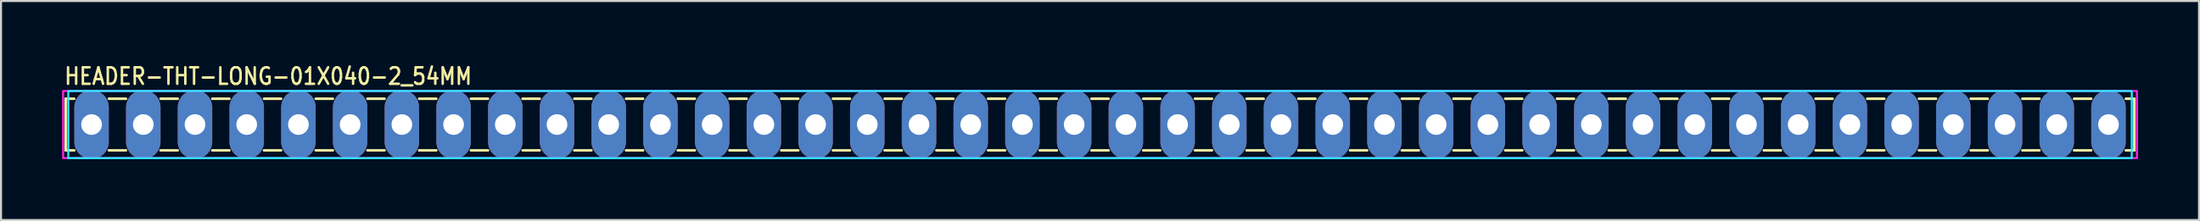
<source format=kicad_pcb>
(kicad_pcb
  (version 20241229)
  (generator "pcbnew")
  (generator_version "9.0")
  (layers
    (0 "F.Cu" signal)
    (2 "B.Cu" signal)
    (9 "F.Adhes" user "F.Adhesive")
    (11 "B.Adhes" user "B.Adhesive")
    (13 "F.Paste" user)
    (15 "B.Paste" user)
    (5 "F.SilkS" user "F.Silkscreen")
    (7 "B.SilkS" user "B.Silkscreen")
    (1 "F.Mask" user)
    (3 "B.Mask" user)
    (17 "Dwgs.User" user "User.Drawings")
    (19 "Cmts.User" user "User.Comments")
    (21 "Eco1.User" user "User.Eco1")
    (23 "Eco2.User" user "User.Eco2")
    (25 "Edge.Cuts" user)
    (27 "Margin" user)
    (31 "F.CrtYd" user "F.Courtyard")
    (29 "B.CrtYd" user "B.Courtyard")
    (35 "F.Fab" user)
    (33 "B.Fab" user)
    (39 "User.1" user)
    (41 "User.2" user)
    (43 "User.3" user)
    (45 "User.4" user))
  (footprint "HEADER-THT-LONG-01X040-2_54MM"
    (layer "F.Cu")
    (at 1.447 3.079)
    (property "Reference" "HEADER-THT-LONG-01X040-2_54MM" (at -1.4 -1.9 0) (unlocked yes) (layer "F.SilkS") (effects (font (size 0.813 0.695) (thickness 0.122)) (justify left bottom)))
    (fp_line (start -1.27 -1.27) (end -1.27 1.27) (stroke (width 0.127) (type solid)) (layer "F.SilkS"))
    (fp_line (start -1.27 1.27) (end -0.85 1.27) (stroke (width 0.127) (type solid)) (layer "F.SilkS"))
    (fp_line (start -0.85 -1.27) (end -1.27 -1.27) (stroke (width 0.127) (type solid)) (layer "F.SilkS"))
    (fp_line (start 0.85 -1.27) (end 1.69 -1.27) (stroke (width 0.127) (type solid)) (layer "F.SilkS"))
    (fp_line (start 0.85 1.27) (end 1.69 1.27) (stroke (width 0.127) (type solid)) (layer "F.SilkS"))
    (fp_line (start 3.39 -1.27) (end 4.23 -1.27) (stroke (width 0.127) (type solid)) (layer "F.SilkS"))
    (fp_line (start 3.39 1.27) (end 4.23 1.27) (stroke (width 0.127) (type solid)) (layer "F.SilkS"))
    (fp_line (start 5.93 -1.27) (end 6.77 -1.27) (stroke (width 0.127) (type solid)) (layer "F.SilkS"))
    (fp_line (start 5.93 1.27) (end 6.77 1.27) (stroke (width 0.127) (type solid)) (layer "F.SilkS"))
    (fp_line (start 8.47 -1.27) (end 9.31 -1.27) (stroke (width 0.127) (type solid)) (layer "F.SilkS"))
    (fp_line (start 8.47 1.27) (end 9.31 1.27) (stroke (width 0.127) (type solid)) (layer "F.SilkS"))
    (fp_line (start 11.01 -1.27) (end 11.85 -1.27) (stroke (width 0.127) (type solid)) (layer "F.SilkS"))
    (fp_line (start 11.01 1.27) (end 11.85 1.27) (stroke (width 0.127) (type solid)) (layer "F.SilkS"))
    (fp_line (start 13.55 -1.27) (end 14.39 -1.27) (stroke (width 0.127) (type solid)) (layer "F.SilkS"))
    (fp_line (start 13.55 1.27) (end 14.39 1.27) (stroke (width 0.127) (type solid)) (layer "F.SilkS"))
    (fp_line (start 16.09 -1.27) (end 16.93 -1.27) (stroke (width 0.127) (type solid)) (layer "F.SilkS"))
    (fp_line (start 16.09 1.27) (end 16.93 1.27) (stroke (width 0.127) (type solid)) (layer "F.SilkS"))
    (fp_line (start 18.63 -1.27) (end 19.47 -1.27) (stroke (width 0.127) (type solid)) (layer "F.SilkS"))
    (fp_line (start 18.63 1.27) (end 19.47 1.27) (stroke (width 0.127) (type solid)) (layer "F.SilkS"))
    (fp_line (start 21.17 -1.27) (end 22.01 -1.27) (stroke (width 0.127) (type solid)) (layer "F.SilkS"))
    (fp_line (start 21.17 1.27) (end 22.01 1.27) (stroke (width 0.127) (type solid)) (layer "F.SilkS"))
    (fp_line (start 23.71 -1.27) (end 24.55 -1.27) (stroke (width 0.127) (type solid)) (layer "F.SilkS"))
    (fp_line (start 23.71 1.27) (end 24.55 1.27) (stroke (width 0.127) (type solid)) (layer "F.SilkS"))
    (fp_line (start 26.25 -1.27) (end 27.09 -1.27) (stroke (width 0.127) (type solid)) (layer "F.SilkS"))
    (fp_line (start 26.25 1.27) (end 27.09 1.27) (stroke (width 0.127) (type solid)) (layer "F.SilkS"))
    (fp_line (start 28.79 -1.27) (end 29.63 -1.27) (stroke (width 0.127) (type solid)) (layer "F.SilkS"))
    (fp_line (start 28.79 1.27) (end 29.63 1.27) (stroke (width 0.127) (type solid)) (layer "F.SilkS"))
    (fp_line (start 31.33 -1.27) (end 32.17 -1.27) (stroke (width 0.127) (type solid)) (layer "F.SilkS"))
    (fp_line (start 31.33 1.27) (end 32.17 1.27) (stroke (width 0.127) (type solid)) (layer "F.SilkS"))
    (fp_line (start 33.87 -1.27) (end 34.71 -1.27) (stroke (width 0.127) (type solid)) (layer "F.SilkS"))
    (fp_line (start 33.87 1.27) (end 34.71 1.27) (stroke (width 0.127) (type solid)) (layer "F.SilkS"))
    (fp_line (start 36.41 -1.27) (end 37.25 -1.27) (stroke (width 0.127) (type solid)) (layer "F.SilkS"))
    (fp_line (start 36.41 1.27) (end 37.25 1.27) (stroke (width 0.127) (type solid)) (layer "F.SilkS"))
    (fp_line (start 38.95 -1.27) (end 39.79 -1.27) (stroke (width 0.127) (type solid)) (layer "F.SilkS"))
    (fp_line (start 38.95 1.27) (end 39.79 1.27) (stroke (width 0.127) (type solid)) (layer "F.SilkS"))
    (fp_line (start 41.49 -1.27) (end 42.33 -1.27) (stroke (width 0.127) (type solid)) (layer "F.SilkS"))
    (fp_line (start 41.49 1.27) (end 42.33 1.27) (stroke (width 0.127) (type solid)) (layer "F.SilkS"))
    (fp_line (start 44.03 -1.27) (end 44.87 -1.27) (stroke (width 0.127) (type solid)) (layer "F.SilkS"))
    (fp_line (start 44.03 1.27) (end 44.87 1.27) (stroke (width 0.127) (type solid)) (layer "F.SilkS"))
    (fp_line (start 46.57 -1.27) (end 47.41 -1.27) (stroke (width 0.127) (type solid)) (layer "F.SilkS"))
    (fp_line (start 46.57 1.27) (end 47.41 1.27) (stroke (width 0.127) (type solid)) (layer "F.SilkS"))
    (fp_line (start 49.11 -1.27) (end 49.95 -1.27) (stroke (width 0.127) (type solid)) (layer "F.SilkS"))
    (fp_line (start 49.11 1.27) (end 49.95 1.27) (stroke (width 0.127) (type solid)) (layer "F.SilkS"))
    (fp_line (start 51.65 -1.27) (end 52.49 -1.27) (stroke (width 0.127) (type solid)) (layer "F.SilkS"))
    (fp_line (start 51.65 1.27) (end 52.49 1.27) (stroke (width 0.127) (type solid)) (layer "F.SilkS"))
    (fp_line (start 54.19 -1.27) (end 55.03 -1.27) (stroke (width 0.127) (type solid)) (layer "F.SilkS"))
    (fp_line (start 54.19 1.27) (end 55.03 1.27) (stroke (width 0.127) (type solid)) (layer "F.SilkS"))
    (fp_line (start 56.73 -1.27) (end 57.57 -1.27) (stroke (width 0.127) (type solid)) (layer "F.SilkS"))
    (fp_line (start 56.73 1.27) (end 57.57 1.27) (stroke (width 0.127) (type solid)) (layer "F.SilkS"))
    (fp_line (start 59.27 -1.27) (end 60.11 -1.27) (stroke (width 0.127) (type solid)) (layer "F.SilkS"))
    (fp_line (start 59.27 1.27) (end 60.11 1.27) (stroke (width 0.127) (type solid)) (layer "F.SilkS"))
    (fp_line (start 61.81 -1.27) (end 62.65 -1.27) (stroke (width 0.127) (type solid)) (layer "F.SilkS"))
    (fp_line (start 61.81 1.27) (end 62.65 1.27) (stroke (width 0.127) (type solid)) (layer "F.SilkS"))
    (fp_line (start 64.35 -1.27) (end 65.19 -1.27) (stroke (width 0.127) (type solid)) (layer "F.SilkS"))
    (fp_line (start 64.35 1.27) (end 65.19 1.27) (stroke (width 0.127) (type solid)) (layer "F.SilkS"))
    (fp_line (start 66.89 -1.27) (end 67.73 -1.27) (stroke (width 0.127) (type solid)) (layer "F.SilkS"))
    (fp_line (start 66.89 1.27) (end 67.73 1.27) (stroke (width 0.127) (type solid)) (layer "F.SilkS"))
    (fp_line (start 69.43 -1.27) (end 70.27 -1.27) (stroke (width 0.127) (type solid)) (layer "F.SilkS"))
    (fp_line (start 69.43 1.27) (end 70.27 1.27) (stroke (width 0.127) (type solid)) (layer "F.SilkS"))
    (fp_line (start 71.97 -1.27) (end 72.81 -1.27) (stroke (width 0.127) (type solid)) (layer "F.SilkS"))
    (fp_line (start 71.97 1.27) (end 72.81 1.27) (stroke (width 0.127) (type solid)) (layer "F.SilkS"))
    (fp_line (start 74.51 -1.27) (end 75.35 -1.27) (stroke (width 0.127) (type solid)) (layer "F.SilkS"))
    (fp_line (start 74.51 1.27) (end 75.35 1.27) (stroke (width 0.127) (type solid)) (layer "F.SilkS"))
    (fp_line (start 77.05 -1.27) (end 77.89 -1.27) (stroke (width 0.127) (type solid)) (layer "F.SilkS"))
    (fp_line (start 77.05 1.27) (end 77.89 1.27) (stroke (width 0.127) (type solid)) (layer "F.SilkS"))
    (fp_line (start 79.59 -1.27) (end 80.43 -1.27) (stroke (width 0.127) (type solid)) (layer "F.SilkS"))
    (fp_line (start 79.59 1.27) (end 80.43 1.27) (stroke (width 0.127) (type solid)) (layer "F.SilkS"))
    (fp_line (start 82.13 -1.27) (end 82.97 -1.27) (stroke (width 0.127) (type solid)) (layer "F.SilkS"))
    (fp_line (start 82.13 1.27) (end 82.97 1.27) (stroke (width 0.127) (type solid)) (layer "F.SilkS"))
    (fp_line (start 84.67 -1.27) (end 85.51 -1.27) (stroke (width 0.127) (type solid)) (layer "F.SilkS"))
    (fp_line (start 84.67 1.27) (end 85.51 1.27) (stroke (width 0.127) (type solid)) (layer "F.SilkS"))
    (fp_line (start 87.21 -1.27) (end 88.05 -1.27) (stroke (width 0.127) (type solid)) (layer "F.SilkS"))
    (fp_line (start 87.21 1.27) (end 88.05 1.27) (stroke (width 0.127) (type solid)) (layer "F.SilkS"))
    (fp_line (start 89.75 -1.27) (end 90.59 -1.27) (stroke (width 0.127) (type solid)) (layer "F.SilkS"))
    (fp_line (start 89.75 1.27) (end 90.59 1.27) (stroke (width 0.127) (type solid)) (layer "F.SilkS"))
    (fp_line (start 92.29 -1.27) (end 93.13 -1.27) (stroke (width 0.127) (type solid)) (layer "F.SilkS"))
    (fp_line (start 92.29 1.27) (end 93.13 1.27) (stroke (width 0.127) (type solid)) (layer "F.SilkS"))
    (fp_line (start 94.83 -1.27) (end 95.67 -1.27) (stroke (width 0.127) (type solid)) (layer "F.SilkS"))
    (fp_line (start 94.83 1.27) (end 95.67 1.27) (stroke (width 0.127) (type solid)) (layer "F.SilkS"))
    (fp_line (start 97.37 -1.27) (end 98.21 -1.27) (stroke (width 0.127) (type solid)) (layer "F.SilkS"))
    (fp_line (start 97.37 1.27) (end 98.21 1.27) (stroke (width 0.127) (type solid)) (layer "F.SilkS"))
    (fp_line (start 99.91 -1.27) (end 100.33 -1.27) (stroke (width 0.127) (type solid)) (layer "F.SilkS"))
    (fp_line (start 100.33 -1.27) (end 100.33 1.27) (stroke (width 0.127) (type solid)) (layer "F.SilkS"))
    (fp_line (start 100.33 1.27) (end 99.91 1.27) (stroke (width 0.127) (type solid)) (layer "F.SilkS"))
    (fp_poly (pts (xy -1.143 -1.651) (xy 100.203 -1.651) (xy 100.203 1.651) (xy -1.143 1.651)) (stroke (width 0.1) (type solid)) (fill no) (layer "B.CrtYd"))
    (fp_poly (pts (xy -1.397 -1.651) (xy 100.457 -1.651) (xy 100.457 1.651) (xy -1.397 1.651)) (stroke (width 0.1) (type solid)) (fill no) (layer "F.CrtYd"))
    (pad "1" thru_hole oval (at 0 0 90) (size 3.387 1.693) (drill 1.016) (layers "*.Cu" "*.Mask"))
    (pad "2" thru_hole oval (at 2.54 0 90) (size 3.387 1.693) (drill 1.016) (layers "*.Cu" "*.Mask"))
    (pad "3" thru_hole oval (at 5.08 0 90) (size 3.387 1.693) (drill 1.016) (layers "*.Cu" "*.Mask"))
    (pad "4" thru_hole oval (at 7.62 0 90) (size 3.387 1.693) (drill 1.016) (layers "*.Cu" "*.Mask"))
    (pad "5" thru_hole oval (at 10.16 0 90) (size 3.387 1.693) (drill 1.016) (layers "*.Cu" "*.Mask"))
    (pad "6" thru_hole oval (at 12.7 0 90) (size 3.387 1.693) (drill 1.016) (layers "*.Cu" "*.Mask"))
    (pad "7" thru_hole oval (at 15.24 0 90) (size 3.387 1.693) (drill 1.016) (layers "*.Cu" "*.Mask"))
    (pad "8" thru_hole oval (at 17.78 0 90) (size 3.387 1.693) (drill 1.016) (layers "*.Cu" "*.Mask"))
    (pad "9" thru_hole oval (at 20.32 0 90) (size 3.387 1.693) (drill 1.016) (layers "*.Cu" "*.Mask"))
    (pad "10" thru_hole oval (at 22.86 0 90) (size 3.387 1.693) (drill 1.016) (layers "*.Cu" "*.Mask"))
    (pad "11" thru_hole oval (at 25.4 0 90) (size 3.387 1.693) (drill 1.016) (layers "*.Cu" "*.Mask"))
    (pad "12" thru_hole oval (at 27.94 0 90) (size 3.387 1.693) (drill 1.016) (layers "*.Cu" "*.Mask"))
    (pad "13" thru_hole oval (at 30.48 0 90) (size 3.387 1.693) (drill 1.016) (layers "*.Cu" "*.Mask"))
    (pad "14" thru_hole oval (at 33.02 0 90) (size 3.387 1.693) (drill 1.016) (layers "*.Cu" "*.Mask"))
    (pad "15" thru_hole oval (at 35.56 0 90) (size 3.387 1.693) (drill 1.016) (layers "*.Cu" "*.Mask"))
    (pad "16" thru_hole oval (at 38.1 0 90) (size 3.387 1.693) (drill 1.016) (layers "*.Cu" "*.Mask"))
    (pad "17" thru_hole oval (at 40.64 0 90) (size 3.387 1.693) (drill 1.016) (layers "*.Cu" "*.Mask"))
    (pad "18" thru_hole oval (at 43.18 0 90) (size 3.387 1.693) (drill 1.016) (layers "*.Cu" "*.Mask"))
    (pad "19" thru_hole oval (at 45.72 0 90) (size 3.387 1.693) (drill 1.016) (layers "*.Cu" "*.Mask"))
    (pad "20" thru_hole oval (at 48.26 0 90) (size 3.387 1.693) (drill 1.016) (layers "*.Cu" "*.Mask"))
    (pad "21" thru_hole oval (at 50.8 0 90) (size 3.387 1.693) (drill 1.016) (layers "*.Cu" "*.Mask"))
    (pad "22" thru_hole oval (at 53.34 0 90) (size 3.387 1.693) (drill 1.016) (layers "*.Cu" "*.Mask"))
    (pad "23" thru_hole oval (at 55.88 0 90) (size 3.387 1.693) (drill 1.016) (layers "*.Cu" "*.Mask"))
    (pad "24" thru_hole oval (at 58.42 0 90) (size 3.387 1.693) (drill 1.016) (layers "*.Cu" "*.Mask"))
    (pad "25" thru_hole oval (at 60.96 0 90) (size 3.387 1.693) (drill 1.016) (layers "*.Cu" "*.Mask"))
    (pad "26" thru_hole oval (at 63.5 0 90) (size 3.387 1.693) (drill 1.016) (layers "*.Cu" "*.Mask"))
    (pad "27" thru_hole oval (at 66.04 0 90) (size 3.387 1.693) (drill 1.016) (layers "*.Cu" "*.Mask"))
    (pad "28" thru_hole oval (at 68.58 0 90) (size 3.387 1.693) (drill 1.016) (layers "*.Cu" "*.Mask"))
    (pad "29" thru_hole oval (at 71.12 0 90) (size 3.387 1.693) (drill 1.016) (layers "*.Cu" "*.Mask"))
    (pad "30" thru_hole oval (at 73.66 0 90) (size 3.387 1.693) (drill 1.016) (layers "*.Cu" "*.Mask"))
    (pad "31" thru_hole oval (at 76.2 0 90) (size 3.387 1.693) (drill 1.016) (layers "*.Cu" "*.Mask"))
    (pad "32" thru_hole oval (at 78.74 0 90) (size 3.387 1.693) (drill 1.016) (layers "*.Cu" "*.Mask"))
    (pad "33" thru_hole oval (at 81.28 0 90) (size 3.387 1.693) (drill 1.016) (layers "*.Cu" "*.Mask"))
    (pad "34" thru_hole oval (at 83.82 0 90) (size 3.387 1.693) (drill 1.016) (layers "*.Cu" "*.Mask"))
    (pad "35" thru_hole oval (at 86.36 0 90) (size 3.387 1.693) (drill 1.016) (layers "*.Cu" "*.Mask"))
    (pad "36" thru_hole oval (at 88.9 0 90) (size 3.387 1.693) (drill 1.016) (layers "*.Cu" "*.Mask"))
    (pad "37" thru_hole oval (at 91.44 0 90) (size 3.387 1.693) (drill 1.016) (layers "*.Cu" "*.Mask"))
    (pad "38" thru_hole oval (at 93.98 0 90) (size 3.387 1.693) (drill 1.016) (layers "*.Cu" "*.Mask"))
    (pad "39" thru_hole oval (at 96.52 0 90) (size 3.387 1.693) (drill 1.016) (layers "*.Cu" "*.Mask"))
    (pad "40" thru_hole oval (at 99.06 0 90) (size 3.387 1.693) (drill 1.016) (layers "*.Cu" "*.Mask")))
  (gr_rect
    (start -3 -3)
    (end 104.954 7.78)
    (stroke (width 0.1) (type default))
    (fill no)
    (layer "Edge.Cuts")))
</source>
